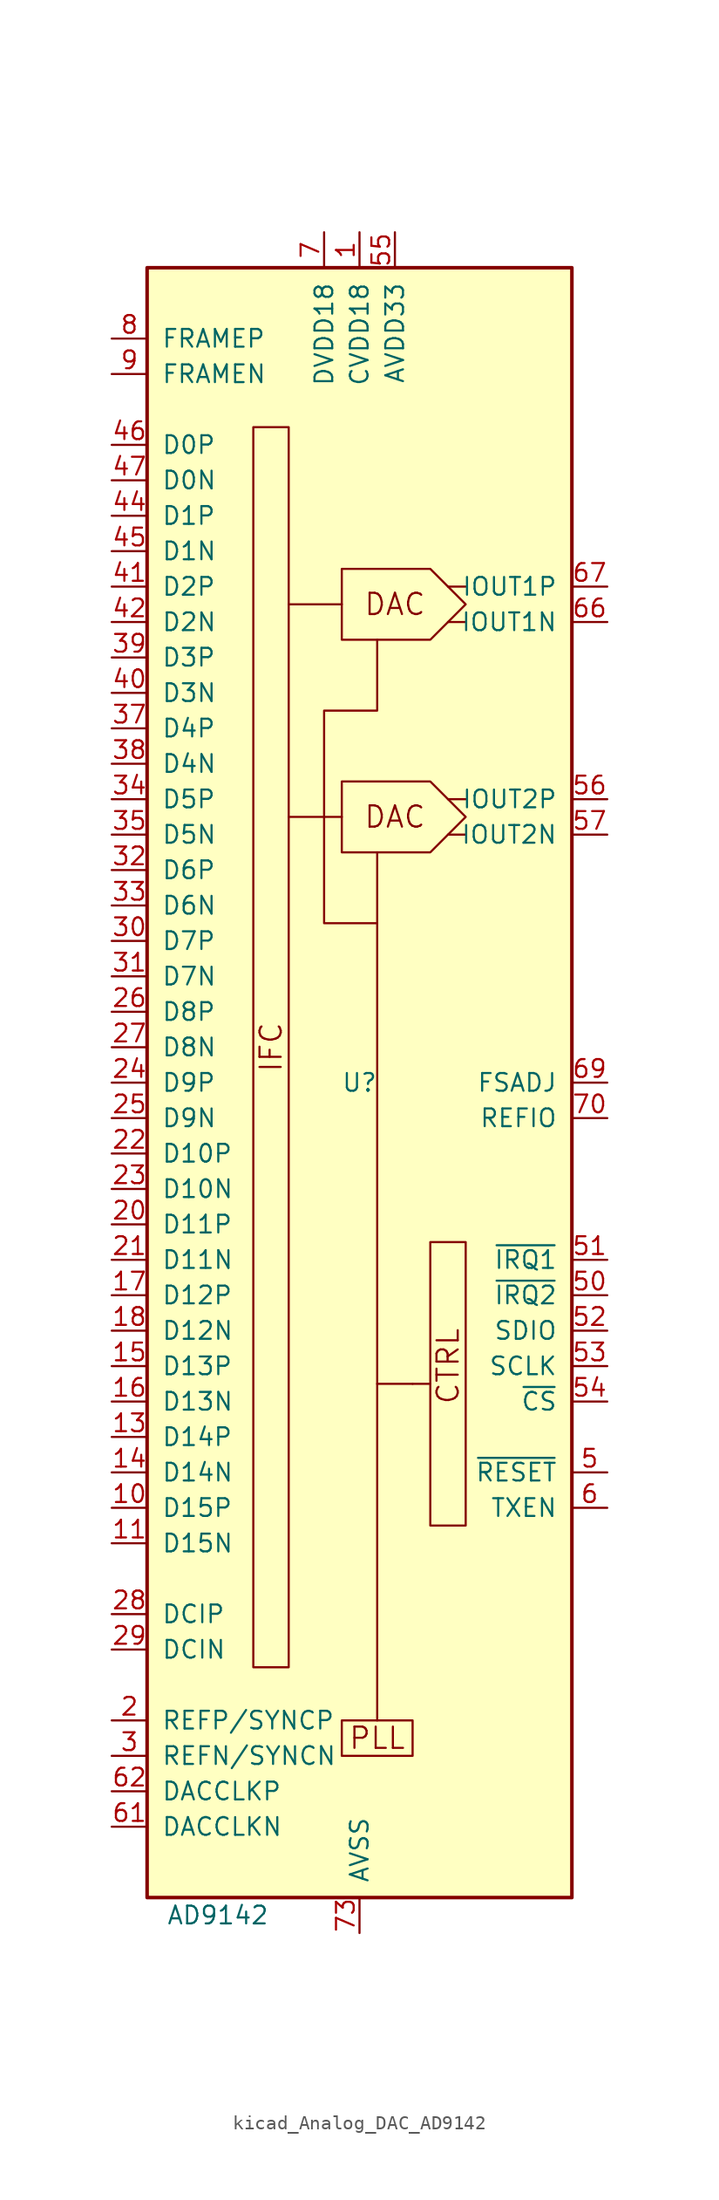
<source format=kicad_sym>
(kicad_symbol_lib
  (version 20220914)
  (generator kicad_symbol_editor)
  (symbol "kicad_Analog_DAC_AD9142"
    (pin_names
      (offset 1.016))
    (property "Reference" "U"
      (at 0 0 0)
      (effects (font (size 1.27 1.27))))
    (property "Value" "AD9142"
      (at -10.16 -59.69 0)
      (effects (font (size 1.27 1.27))))
    (symbol "kicad_Analog_DAC_AD9142_0_0"
      (rectangle (start -7.62 46.99) (end -5.08 -41.91) (stroke (width 0) (type default)) (fill (type none)))
      (rectangle (start -1.27 -45.72) (end 3.81 -48.26) (stroke (width 0) (type default)) (fill (type none)))
      (polyline (pts (xy -1.27 19.05) (xy -5.08 19.05)) (stroke (width 0) (type default)) (fill (type none)))
      (polyline (pts (xy -1.27 34.29) (xy -5.08 34.29)) (stroke (width 0) (type default)) (fill (type none)))
      (polyline (pts (xy 1.27 -45.72) (xy 1.27 16.51)) (stroke (width 0) (type default)) (fill (type none)))
      (polyline (pts (xy 3.81 -21.59) (xy 1.27 -21.59)) (stroke (width 0) (type default)) (fill (type none)))
      (polyline (pts (xy 5.08 -21.59) (xy 3.81 -21.59)) (stroke (width 0) (type default)) (fill (type none)))
      (polyline (pts (xy 6.35 17.78) (xy 7.62 17.78)) (stroke (width 0) (type default)) (fill (type none)))
      (polyline (pts (xy 6.35 20.32) (xy 7.62 20.32)) (stroke (width 0) (type default)) (fill (type none)))
      (polyline (pts (xy 6.35 33.02) (xy 7.62 33.02)) (stroke (width 0) (type default)) (fill (type none)))
      (polyline (pts (xy 6.35 35.56) (xy 7.62 35.56)) (stroke (width 0) (type default)) (fill (type none)))
      (polyline (pts (xy 1.27 11.43) (xy -2.54 11.43) (xy -2.54 26.67) (xy 1.27 26.67) (xy 1.27 31.75)) (stroke (width 0) (type default)) (fill (type none)))
      (polyline (pts (xy -1.27 21.59) (xy 5.08 21.59) (xy 7.62 19.05) (xy 5.08 16.51) (xy -1.27 16.51) (xy -1.27 21.59)) (stroke (width 0) (type default)) (fill (type none)))
      (polyline (pts (xy -1.27 36.83) (xy 5.08 36.83) (xy 7.62 34.29) (xy 5.08 31.75) (xy -1.27 31.75) (xy -1.27 36.83)) (stroke (width 0) (type default)) (fill (type none)))
      (rectangle (start 5.08 -11.43) (end 7.62 -31.75) (stroke (width 0) (type default)) (fill (type none)))
      (text "CTRL" (at 6.35 -20.32 900) (effects (font (size 1.524 1.524))))
      (text "DAC" (at 2.54 19.05 0) (effects (font (size 1.524 1.524))))
      (text "DAC" (at 2.54 34.29 0) (effects (font (size 1.524 1.524))))
      (text "IFC" (at -6.35 2.54 900) (effects (font (size 1.524 1.524))))
      (text "PLL" (at 1.27 -46.99 0) (effects (font (size 1.524 1.524)))))
    (symbol "kicad_Analog_DAC_AD9142_0_1"
      (rectangle (start -15.24 58.42) (end 15.24 -58.42) (stroke (width 0.254) (type default)) (fill (type background))))
    (symbol "kicad_Analog_DAC_AD9142_1_1"
      (pin power_in line (at 0 60.96 270) (length 2.54) (name "CVDD18" (effects (font (size 1.27 1.27)))) (number "1" (effects (font (size 1.27 1.27)))))
      (pin input line (at -17.78 -30.48 0) (length 2.54) (name "D15P" (effects (font (size 1.27 1.27)))) (number "10" (effects (font (size 1.27 1.27)))))
      (pin input line (at -17.78 -33.02 0) (length 2.54) (name "D15N" (effects (font (size 1.27 1.27)))) (number "11" (effects (font (size 1.27 1.27)))))
      (pin passive line (at -2.54 60.96 270) (length 2.54) hide (name "DVDD18" (effects (font (size 1.27 1.27)))) (number "12" (effects (font (size 1.27 1.27)))))
      (pin input line (at -17.78 -25.4 0) (length 2.54) (name "D14P" (effects (font (size 1.27 1.27)))) (number "13" (effects (font (size 1.27 1.27)))))
      (pin input line (at -17.78 -27.94 0) (length 2.54) (name "D14N" (effects (font (size 1.27 1.27)))) (number "14" (effects (font (size 1.27 1.27)))))
      (pin input line (at -17.78 -20.32 0) (length 2.54) (name "D13P" (effects (font (size 1.27 1.27)))) (number "15" (effects (font (size 1.27 1.27)))))
      (pin input line (at -17.78 -22.86 0) (length 2.54) (name "D13N" (effects (font (size 1.27 1.27)))) (number "16" (effects (font (size 1.27 1.27)))))
      (pin input line (at -17.78 -15.24 0) (length 2.54) (name "D12P" (effects (font (size 1.27 1.27)))) (number "17" (effects (font (size 1.27 1.27)))))
      (pin input line (at -17.78 -17.78 0) (length 2.54) (name "D12N" (effects (font (size 1.27 1.27)))) (number "18" (effects (font (size 1.27 1.27)))))
      (pin passive line (at -2.54 60.96 270) (length 2.54) hide (name "DVDD18" (effects (font (size 1.27 1.27)))) (number "19" (effects (font (size 1.27 1.27)))))
      (pin input line (at -17.78 -45.72 0) (length 2.54) (name "REFP/SYNCP" (effects (font (size 1.27 1.27)))) (number "2" (effects (font (size 1.27 1.27)))))
      (pin input line (at -17.78 -10.16 0) (length 2.54) (name "D11P" (effects (font (size 1.27 1.27)))) (number "20" (effects (font (size 1.27 1.27)))))
      (pin input line (at -17.78 -12.7 0) (length 2.54) (name "D11N" (effects (font (size 1.27 1.27)))) (number "21" (effects (font (size 1.27 1.27)))))
      (pin input line (at -17.78 -5.08 0) (length 2.54) (name "D10P" (effects (font (size 1.27 1.27)))) (number "22" (effects (font (size 1.27 1.27)))))
      (pin input line (at -17.78 -7.62 0) (length 2.54) (name "D10N" (effects (font (size 1.27 1.27)))) (number "23" (effects (font (size 1.27 1.27)))))
      (pin input line (at -17.78 0 0) (length 2.54) (name "D9P" (effects (font (size 1.27 1.27)))) (number "24" (effects (font (size 1.27 1.27)))))
      (pin input line (at -17.78 -2.54 0) (length 2.54) (name "D9N" (effects (font (size 1.27 1.27)))) (number "25" (effects (font (size 1.27 1.27)))))
      (pin input line (at -17.78 5.08 0) (length 2.54) (name "D8P" (effects (font (size 1.27 1.27)))) (number "26" (effects (font (size 1.27 1.27)))))
      (pin input line (at -17.78 2.54 0) (length 2.54) (name "D8N" (effects (font (size 1.27 1.27)))) (number "27" (effects (font (size 1.27 1.27)))))
      (pin input line (at -17.78 -38.1 0) (length 2.54) (name "DCIP" (effects (font (size 1.27 1.27)))) (number "28" (effects (font (size 1.27 1.27)))))
      (pin input line (at -17.78 -40.64 0) (length 2.54) (name "DCIN" (effects (font (size 1.27 1.27)))) (number "29" (effects (font (size 1.27 1.27)))))
      (pin input line (at -17.78 -48.26 0) (length 2.54) (name "REFN/SYNCN" (effects (font (size 1.27 1.27)))) (number "3" (effects (font (size 1.27 1.27)))))
      (pin input line (at -17.78 10.16 0) (length 2.54) (name "D7P" (effects (font (size 1.27 1.27)))) (number "30" (effects (font (size 1.27 1.27)))))
      (pin input line (at -17.78 7.62 0) (length 2.54) (name "D7N" (effects (font (size 1.27 1.27)))) (number "31" (effects (font (size 1.27 1.27)))))
      (pin input line (at -17.78 15.24 0) (length 2.54) (name "D6P" (effects (font (size 1.27 1.27)))) (number "32" (effects (font (size 1.27 1.27)))))
      (pin input line (at -17.78 12.7 0) (length 2.54) (name "D6N" (effects (font (size 1.27 1.27)))) (number "33" (effects (font (size 1.27 1.27)))))
      (pin input line (at -17.78 20.32 0) (length 2.54) (name "D5P" (effects (font (size 1.27 1.27)))) (number "34" (effects (font (size 1.27 1.27)))))
      (pin input line (at -17.78 17.78 0) (length 2.54) (name "D5N" (effects (font (size 1.27 1.27)))) (number "35" (effects (font (size 1.27 1.27)))))
      (pin passive line (at -2.54 60.96 270) (length 2.54) hide (name "DVDD18" (effects (font (size 1.27 1.27)))) (number "36" (effects (font (size 1.27 1.27)))))
      (pin input line (at -17.78 25.4 0) (length 2.54) (name "D4P" (effects (font (size 1.27 1.27)))) (number "37" (effects (font (size 1.27 1.27)))))
      (pin input line (at -17.78 22.86 0) (length 2.54) (name "D4N" (effects (font (size 1.27 1.27)))) (number "38" (effects (font (size 1.27 1.27)))))
      (pin input line (at -17.78 30.48 0) (length 2.54) (name "D3P" (effects (font (size 1.27 1.27)))) (number "39" (effects (font (size 1.27 1.27)))))
      (pin passive line (at 0 60.96 270) (length 2.54) hide (name "CVDD18" (effects (font (size 1.27 1.27)))) (number "4" (effects (font (size 1.27 1.27)))))
      (pin input line (at -17.78 27.94 0) (length 2.54) (name "D3N" (effects (font (size 1.27 1.27)))) (number "40" (effects (font (size 1.27 1.27)))))
      (pin input line (at -17.78 35.56 0) (length 2.54) (name "D2P" (effects (font (size 1.27 1.27)))) (number "41" (effects (font (size 1.27 1.27)))))
      (pin input line (at -17.78 33.02 0) (length 2.54) (name "D2N" (effects (font (size 1.27 1.27)))) (number "42" (effects (font (size 1.27 1.27)))))
      (pin passive line (at -2.54 60.96 270) (length 2.54) hide (name "DVDD18" (effects (font (size 1.27 1.27)))) (number "43" (effects (font (size 1.27 1.27)))))
      (pin input line (at -17.78 40.64 0) (length 2.54) (name "D1P" (effects (font (size 1.27 1.27)))) (number "44" (effects (font (size 1.27 1.27)))))
      (pin input line (at -17.78 38.1 0) (length 2.54) (name "D1N" (effects (font (size 1.27 1.27)))) (number "45" (effects (font (size 1.27 1.27)))))
      (pin input line (at -17.78 45.72 0) (length 2.54) (name "D0P" (effects (font (size 1.27 1.27)))) (number "46" (effects (font (size 1.27 1.27)))))
      (pin input line (at -17.78 43.18 0) (length 2.54) (name "D0N" (effects (font (size 1.27 1.27)))) (number "47" (effects (font (size 1.27 1.27)))))
      (pin passive line (at -2.54 60.96 270) (length 2.54) hide (name "DVDD18" (effects (font (size 1.27 1.27)))) (number "48" (effects (font (size 1.27 1.27)))))
      (pin passive line (at -2.54 60.96 270) (length 2.54) hide (name "DVDD18" (effects (font (size 1.27 1.27)))) (number "49" (effects (font (size 1.27 1.27)))))
      (pin input line (at 17.78 -27.94 180) (length 2.54) (name "~{RESET}" (effects (font (size 1.27 1.27)))) (number "5" (effects (font (size 1.27 1.27)))))
      (pin input line (at 17.78 -15.24 180) (length 2.54) (name "~{IRQ2}" (effects (font (size 1.27 1.27)))) (number "50" (effects (font (size 1.27 1.27)))))
      (pin input line (at 17.78 -12.7 180) (length 2.54) (name "~{IRQ1}" (effects (font (size 1.27 1.27)))) (number "51" (effects (font (size 1.27 1.27)))))
      (pin bidirectional line (at 17.78 -17.78 180) (length 2.54) (name "SDIO" (effects (font (size 1.27 1.27)))) (number "52" (effects (font (size 1.27 1.27)))))
      (pin input line (at 17.78 -20.32 180) (length 2.54) (name "SCLK" (effects (font (size 1.27 1.27)))) (number "53" (effects (font (size 1.27 1.27)))))
      (pin input line (at 17.78 -22.86 180) (length 2.54) (name "~{CS}" (effects (font (size 1.27 1.27)))) (number "54" (effects (font (size 1.27 1.27)))))
      (pin power_in line (at 2.54 60.96 270) (length 2.54) (name "AVDD33" (effects (font (size 1.27 1.27)))) (number "55" (effects (font (size 1.27 1.27)))))
      (pin output line (at 17.78 20.32 180) (length 2.54) (name "IOUT2P" (effects (font (size 1.27 1.27)))) (number "56" (effects (font (size 1.27 1.27)))))
      (pin output line (at 17.78 17.78 180) (length 2.54) (name "IOUT2N" (effects (font (size 1.27 1.27)))) (number "57" (effects (font (size 1.27 1.27)))))
      (pin passive line (at 2.54 60.96 270) (length 2.54) hide (name "AVDD33" (effects (font (size 1.27 1.27)))) (number "58" (effects (font (size 1.27 1.27)))))
      (pin passive line (at 0 60.96 270) (length 2.54) hide (name "CVDD18" (effects (font (size 1.27 1.27)))) (number "59" (effects (font (size 1.27 1.27)))))
      (pin input line (at 17.78 -30.48 180) (length 2.54) (name "TXEN" (effects (font (size 1.27 1.27)))) (number "6" (effects (font (size 1.27 1.27)))))
      (pin passive line (at 0 60.96 270) (length 2.54) hide (name "CVDD18" (effects (font (size 1.27 1.27)))) (number "60" (effects (font (size 1.27 1.27)))))
      (pin input line (at -17.78 -53.34 0) (length 2.54) (name "DACCLKN" (effects (font (size 1.27 1.27)))) (number "61" (effects (font (size 1.27 1.27)))))
      (pin input line (at -17.78 -50.8 0) (length 2.54) (name "DACCLKP" (effects (font (size 1.27 1.27)))) (number "62" (effects (font (size 1.27 1.27)))))
      (pin passive line (at 0 60.96 270) (length 2.54) hide (name "CVDD18" (effects (font (size 1.27 1.27)))) (number "63" (effects (font (size 1.27 1.27)))))
      (pin passive line (at 0 60.96 270) (length 2.54) hide (name "CVDD18" (effects (font (size 1.27 1.27)))) (number "64" (effects (font (size 1.27 1.27)))))
      (pin passive line (at 2.54 60.96 270) (length 2.54) hide (name "AVDD33" (effects (font (size 1.27 1.27)))) (number "65" (effects (font (size 1.27 1.27)))))
      (pin output line (at 17.78 33.02 180) (length 2.54) (name "IOUT1N" (effects (font (size 1.27 1.27)))) (number "66" (effects (font (size 1.27 1.27)))))
      (pin output line (at 17.78 35.56 180) (length 2.54) (name "IOUT1P" (effects (font (size 1.27 1.27)))) (number "67" (effects (font (size 1.27 1.27)))))
      (pin passive line (at 2.54 60.96 270) (length 2.54) hide (name "AVDD33" (effects (font (size 1.27 1.27)))) (number "68" (effects (font (size 1.27 1.27)))))
      (pin input line (at 17.78 0 180) (length 2.54) (name "FSADJ" (effects (font (size 1.27 1.27)))) (number "69" (effects (font (size 1.27 1.27)))))
      (pin power_in line (at -2.54 60.96 270) (length 2.54) (name "DVDD18" (effects (font (size 1.27 1.27)))) (number "7" (effects (font (size 1.27 1.27)))))
      (pin input line (at 17.78 -2.54 180) (length 2.54) (name "REFIO" (effects (font (size 1.27 1.27)))) (number "70" (effects (font (size 1.27 1.27)))))
      (pin passive line (at 0 60.96 270) (length 2.54) hide (name "CVDD18" (effects (font (size 1.27 1.27)))) (number "71" (effects (font (size 1.27 1.27)))))
      (pin passive line (at 0 60.96 270) (length 2.54) hide (name "CVDD18" (effects (font (size 1.27 1.27)))) (number "72" (effects (font (size 1.27 1.27)))))
      (pin power_in line (at 0 -60.96 90) (length 2.54) (name "AVSS" (effects (font (size 1.27 1.27)))) (number "73" (effects (font (size 1.27 1.27)))))
      (pin input line (at -17.78 53.34 0) (length 2.54) (name "FRAMEP" (effects (font (size 1.27 1.27)))) (number "8" (effects (font (size 1.27 1.27)))))
      (pin input line (at -17.78 50.8 0) (length 2.54) (name "FRAMEN" (effects (font (size 1.27 1.27)))) (number "9" (effects (font (size 1.27 1.27))))))))
</source>
